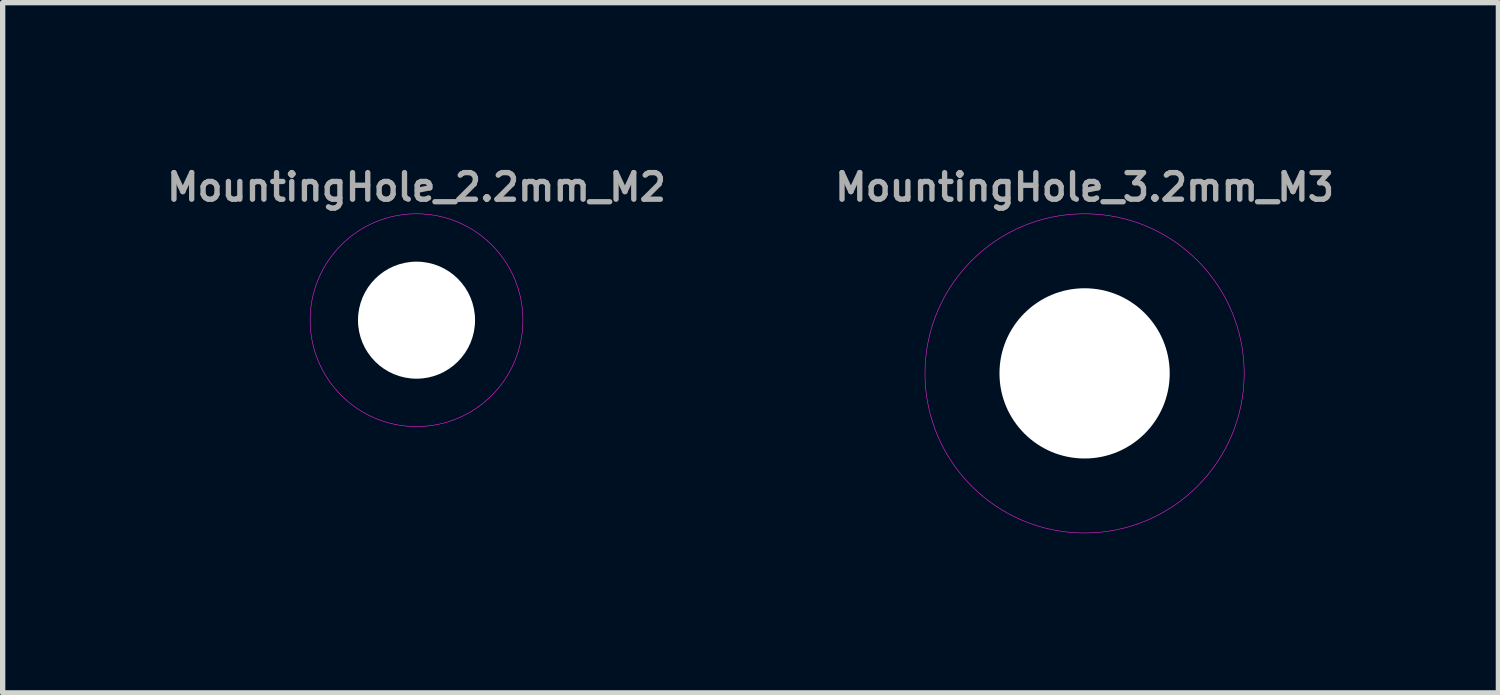
<source format=kicad_pcb>
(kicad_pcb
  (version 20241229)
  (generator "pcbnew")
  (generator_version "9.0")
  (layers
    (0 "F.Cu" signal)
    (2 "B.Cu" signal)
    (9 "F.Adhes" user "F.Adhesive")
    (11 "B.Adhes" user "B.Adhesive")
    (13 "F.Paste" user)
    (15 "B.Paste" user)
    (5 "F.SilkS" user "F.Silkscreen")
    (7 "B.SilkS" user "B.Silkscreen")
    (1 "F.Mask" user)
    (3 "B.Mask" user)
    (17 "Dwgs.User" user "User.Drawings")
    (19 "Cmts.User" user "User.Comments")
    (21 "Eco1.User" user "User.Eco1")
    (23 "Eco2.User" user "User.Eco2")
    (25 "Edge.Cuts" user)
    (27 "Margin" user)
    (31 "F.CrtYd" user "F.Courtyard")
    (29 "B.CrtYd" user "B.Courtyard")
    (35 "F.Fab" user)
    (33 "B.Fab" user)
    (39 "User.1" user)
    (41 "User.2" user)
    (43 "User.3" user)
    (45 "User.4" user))
  (footprint "MountingHole_3.2mm_M3"
    (layer "F.Cu")
    (at 17.336 3.968)
    (property "Reference" "MountingHole_3.2mm_M3" (at 0 -3.5 0) (layer "F.Fab") (effects (font (size 0.5 0.5) (thickness 0.1))))
    (attr exclude_from_pos_files exclude_from_bom)
    (fp_circle (center 0 0) (end 3 0) (stroke (width 0.01) (type solid)) (fill no) (layer "F.CrtYd"))
    (pad "" np_thru_hole circle (at 0 0) (size 3.2 3.2) (drill 3.2) (layers "*.Cu" "*.Mask")))
  (footprint "MountingHole_2.2mm_M2"
    (layer "F.Cu")
    (at 4.779 2.968)
    (property "Reference" "MountingHole_2.2mm_M2" (at 0 -2.5 0) (layer "F.Fab") (effects (font (size 0.5 0.5) (thickness 0.1))))
    (attr exclude_from_pos_files exclude_from_bom)
    (fp_circle (center 0 0) (end 2 0) (stroke (width 0.01) (type solid)) (fill no) (layer "F.CrtYd"))
    (pad "" np_thru_hole circle (at 0 0) (size 2.2 2.2) (drill 2.2) (layers "*.Cu" "*.Mask")))
  (gr_rect
    (start -3 -3)
    (end 25.114 9.973)
    (stroke (width 0.1) (type default))
    (fill no)
    (layer "Edge.Cuts")))
</source>
